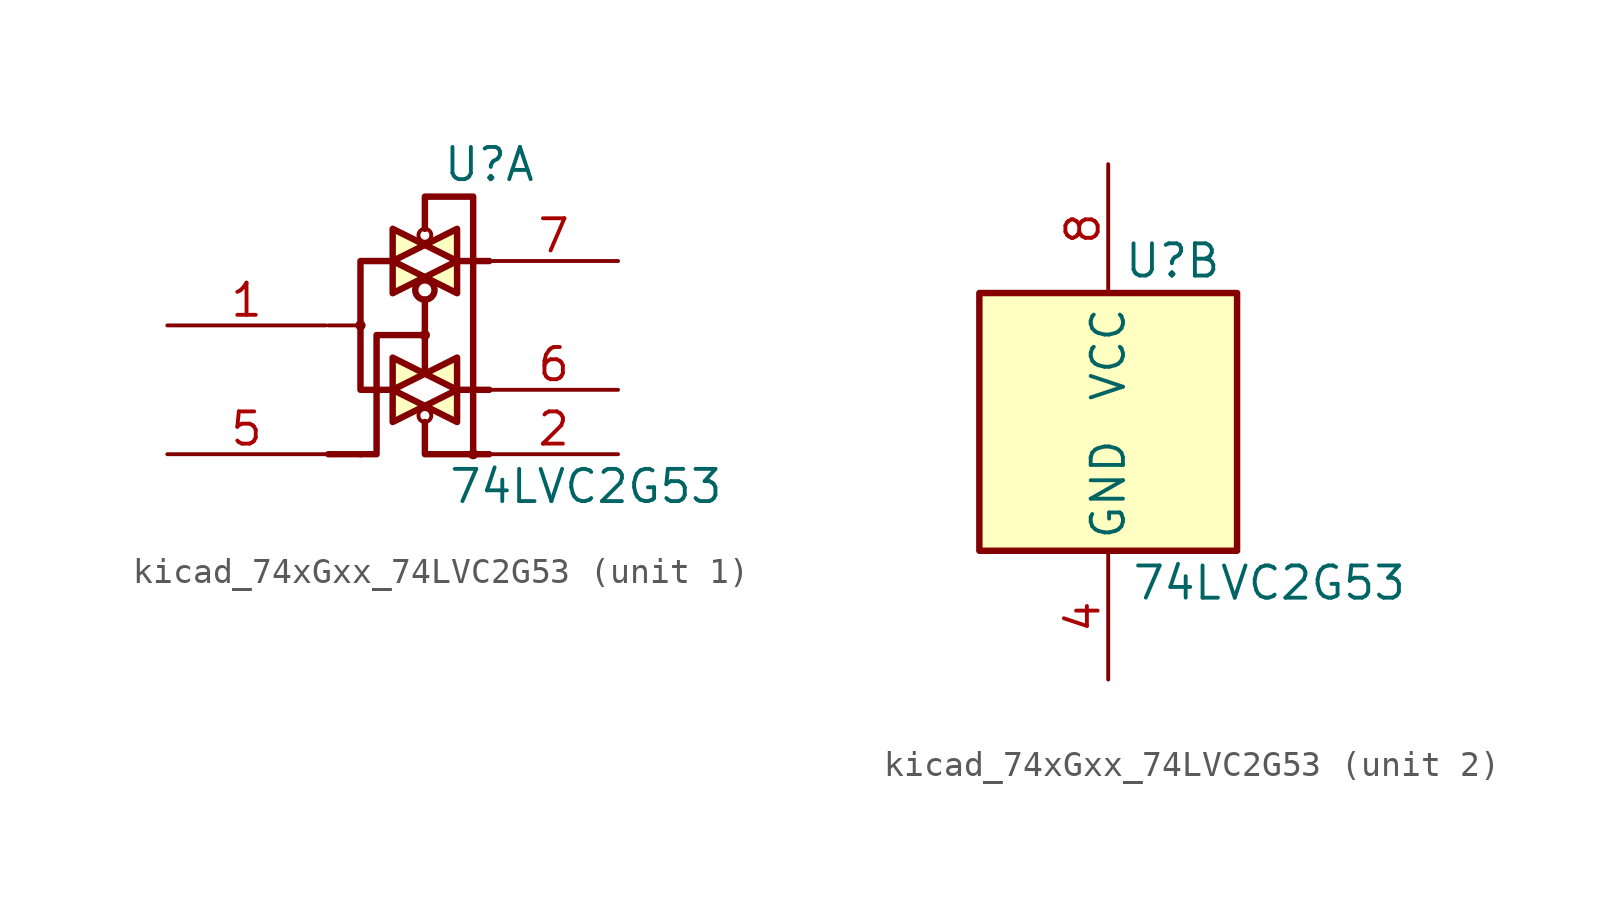
<source format=kicad_sym>
(kicad_symbol_lib
  (version 20220914)
  (generator kicad_symbol_editor)
  (symbol "kicad_74xGxx_74LVC2G53"
    (property "Reference" "U"
      (at 2.54 6.35 0)
      (effects (font (size 1.27 1.27))))
    (property "Value" "74LVC2G53"
      (at 6.35 -6.35 0)
      (effects (font (size 1.27 1.27))))
    (property "ki_locked" ""
      (at 0 0 0)
      (effects (font (size 1.27 1.27))))
    (symbol "kicad_74xGxx_74LVC2G53_1_1"
      (circle (center -2.54 0) (radius 0.127) (stroke (width 0) (type default)) (fill (type none)))
      (circle (center 0 -3.556) (radius 0.254) (stroke (width 0) (type default)) (fill (type none)))
      (circle (center 0 -0.381) (radius 0.127) (stroke (width 0) (type default)) (fill (type none)))
      (polyline (pts (xy -3.81 -5.08) (xy -2.54 -5.08)) (stroke (width 0.254) (type default)) (fill (type background)))
      (polyline (pts (xy -3.81 0) (xy -2.54 0)) (stroke (width 0) (type default)) (fill (type background)))
      (polyline (pts (xy 2.54 -2.54) (xy 1.27 -2.54)) (stroke (width 0.254) (type default)) (fill (type background)))
      (polyline (pts (xy 2.54 2.54) (xy 1.27 2.54)) (stroke (width 0.254) (type default)) (fill (type background)))
      (polyline (pts (xy 0 -3.81) (xy 0 -5.08) (xy 2.54 -5.08)) (stroke (width 0.254) (type default)) (fill (type none)))
      (polyline (pts (xy 0 1.016) (xy 0 0) (xy 0 -1.905)) (stroke (width 0.254) (type default)) (fill (type background)))
      (polyline (pts (xy -1.27 -2.54) (xy 0 -3.175) (xy -1.27 -3.81) (xy -1.27 -2.54)) (stroke (width 0.254) (type default)) (fill (type background)))
      (polyline (pts (xy -1.27 -1.27) (xy -1.27 -2.54) (xy 0 -1.905) (xy -1.27 -1.27)) (stroke (width 0.254) (type default)) (fill (type background)))
      (polyline (pts (xy -1.27 2.54) (xy 0 1.905) (xy -1.27 1.27) (xy -1.27 2.54)) (stroke (width 0.254) (type default)) (fill (type background)))
      (polyline (pts (xy -1.27 3.81) (xy 0 3.175) (xy -1.27 2.54) (xy -1.27 3.81)) (stroke (width 0.254) (type default)) (fill (type background)))
      (polyline (pts (xy 0 -0.381) (xy -1.905 -0.381) (xy -1.905 -5.08) (xy -2.54 -5.08)) (stroke (width 0.254) (type default)) (fill (type none)))
      (polyline (pts (xy 1.27 -2.54) (xy 0 -3.175) (xy 1.27 -3.81) (xy 1.27 -2.54)) (stroke (width 0.254) (type default)) (fill (type background)))
      (polyline (pts (xy 1.27 -1.27) (xy 1.27 -2.54) (xy 0 -1.905) (xy 1.27 -1.27)) (stroke (width 0.254) (type default)) (fill (type background)))
      (polyline (pts (xy 1.27 2.54) (xy 1.27 1.27) (xy 0 1.905) (xy 1.27 2.54)) (stroke (width 0.254) (type default)) (fill (type background)))
      (polyline (pts (xy 1.27 2.54) (xy 1.27 3.81) (xy 0 3.175) (xy 1.27 2.54)) (stroke (width 0.254) (type default)) (fill (type background)))
      (polyline (pts (xy 1.905 -5.08) (xy 1.905 5.08) (xy 0 5.08) (xy 0 3.81)) (stroke (width 0.254) (type default)) (fill (type none)))
      (polyline (pts (xy -1.27 2.54) (xy -2.54 2.54) (xy -2.54 0) (xy -2.54 -2.54) (xy -1.27 -2.54)) (stroke (width 0.254) (type default)) (fill (type none)))
      (circle (center 0 1.397) (radius 0.381) (stroke (width 0.254) (type default)) (fill (type none)))
      (circle (center 0 3.556) (radius 0.254) (stroke (width 0) (type default)) (fill (type none)))
      (circle (center 1.905 -5.08) (radius 0.127) (stroke (width 0) (type default)) (fill (type none)))
      (pin bidirectional line (at -10.16 0 0) (length 6.25) (name "~" (effects (font (size 1.27 1.27)))) (number "1" (effects (font (size 1.27 1.27)))))
      (pin input line (at 7.62 -5.08 180) (length 5.08) (name "~" (effects (font (size 1.27 1.27)))) (number "2" (effects (font (size 1.27 1.27)))))
      (pin input line (at -10.16 -5.08 0) (length 6.25) (name "~" (effects (font (size 1.27 1.27)))) (number "5" (effects (font (size 1.27 1.27)))))
      (pin bidirectional line (at 7.62 -2.54 180) (length 5.08) (name "~" (effects (font (size 1.27 1.27)))) (number "6" (effects (font (size 1.27 1.27)))))
      (pin bidirectional line (at 7.62 2.54 180) (length 5.08) (name "~" (effects (font (size 1.27 1.27)))) (number "7" (effects (font (size 1.27 1.27))))))
    (symbol "kicad_74xGxx_74LVC2G53_2_1"
      (rectangle (start -5.08 5.08) (end 5.08 -5.08) (stroke (width 0.254) (type default)) (fill (type background)))
      (pin passive line (at 0 -10.157 90) (length 4.95) hide (name "GND" (effects (font (size 1.27 1.27)))) (number "3" (effects (font (size 1.27 1.27)))))
      (pin power_in line (at 0 -10.157 90) (length 4.95) (name "GND" (effects (font (size 1.27 1.27)))) (number "4" (effects (font (size 1.27 1.27)))))
      (pin power_in line (at 0 10.16 270) (length 5.08) (name "VCC" (effects (font (size 1.27 1.27)))) (number "8" (effects (font (size 1.27 1.27))))))))
</source>
